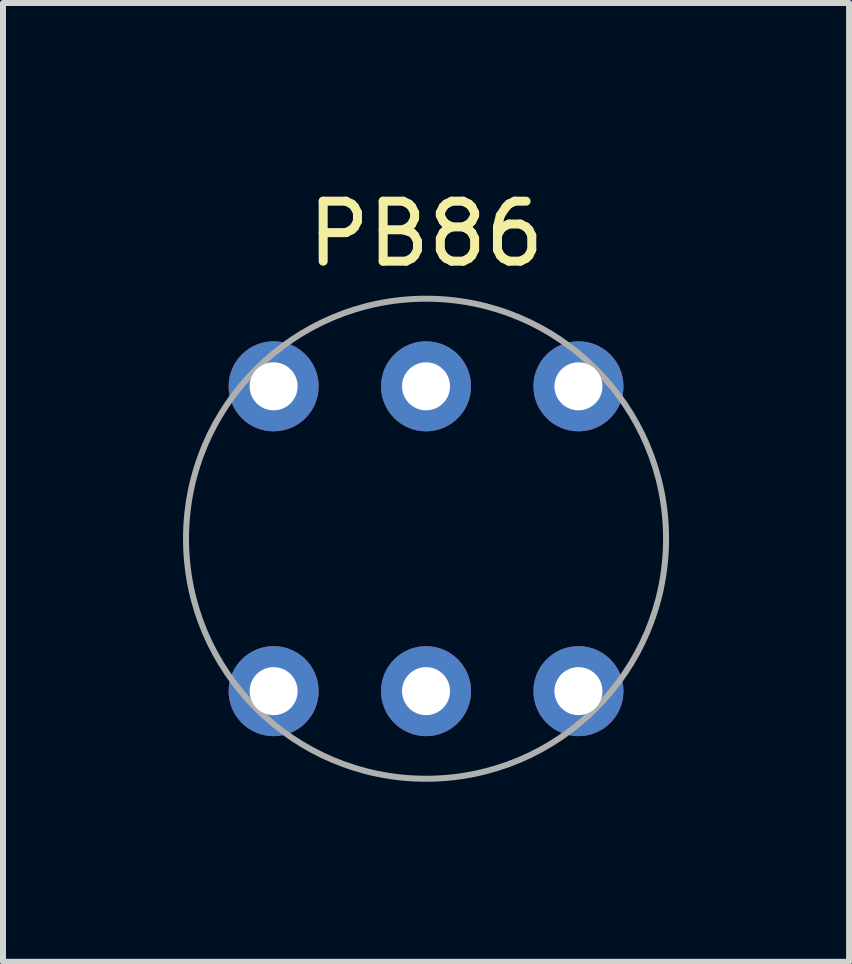
<source format=kicad_pcb>
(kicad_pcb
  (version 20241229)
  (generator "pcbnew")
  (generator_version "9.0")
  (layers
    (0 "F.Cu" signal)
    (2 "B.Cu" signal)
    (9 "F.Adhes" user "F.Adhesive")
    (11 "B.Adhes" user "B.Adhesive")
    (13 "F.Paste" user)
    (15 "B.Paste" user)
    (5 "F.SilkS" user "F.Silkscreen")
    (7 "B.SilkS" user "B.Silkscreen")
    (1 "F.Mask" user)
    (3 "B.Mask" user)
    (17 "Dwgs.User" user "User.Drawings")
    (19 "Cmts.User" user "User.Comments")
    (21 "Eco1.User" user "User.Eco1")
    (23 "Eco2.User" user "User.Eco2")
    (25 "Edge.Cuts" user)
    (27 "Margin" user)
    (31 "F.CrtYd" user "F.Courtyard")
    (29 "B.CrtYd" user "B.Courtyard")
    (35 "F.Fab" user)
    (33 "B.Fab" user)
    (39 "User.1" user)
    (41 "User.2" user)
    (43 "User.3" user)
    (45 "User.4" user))
  (footprint "PB86"
    (layer "F.Cu")
    (at 4.05 5.928)
    (property "Reference" "PB86" (at 0 -5.08 0) (layer "F.SilkS") (effects (font (size 1 1) (thickness 0.15))))
    (attr through_hole)
    (fp_circle (center 0 0) (end 4 0) (stroke (width 0.1) (type solid)) (fill no) (layer "F.Fab"))
    (pad "1" thru_hole circle (at -2.54 2.54) (size 1.5 1.5) (drill 0.8) (layers "*.Cu" "*.Mask"))
    (pad "2" thru_hole circle (at 0 2.54) (size 1.5 1.5) (drill 0.8) (layers "*.Cu" "*.Mask"))
    (pad "3" thru_hole circle (at 2.54 2.54) (size 1.5 1.5) (drill 0.8) (layers "*.Cu" "*.Mask"))
    (pad "4" thru_hole circle (at -2.54 -2.54) (size 1.5 1.5) (drill 0.8) (layers "*.Cu" "*.Mask"))
    (pad "5" thru_hole circle (at 0 -2.54) (size 1.5 1.5) (drill 0.8) (layers "*.Cu" "*.Mask"))
    (pad "6" thru_hole circle (at 2.54 -2.54) (size 1.5 1.5) (drill 0.8) (layers "*.Cu" "*.Mask")))
  (gr_rect
    (start -3 -3)
    (end 11.1 12.978)
    (stroke (width 0.1) (type default))
    (fill no)
    (layer "Edge.Cuts")))
</source>
